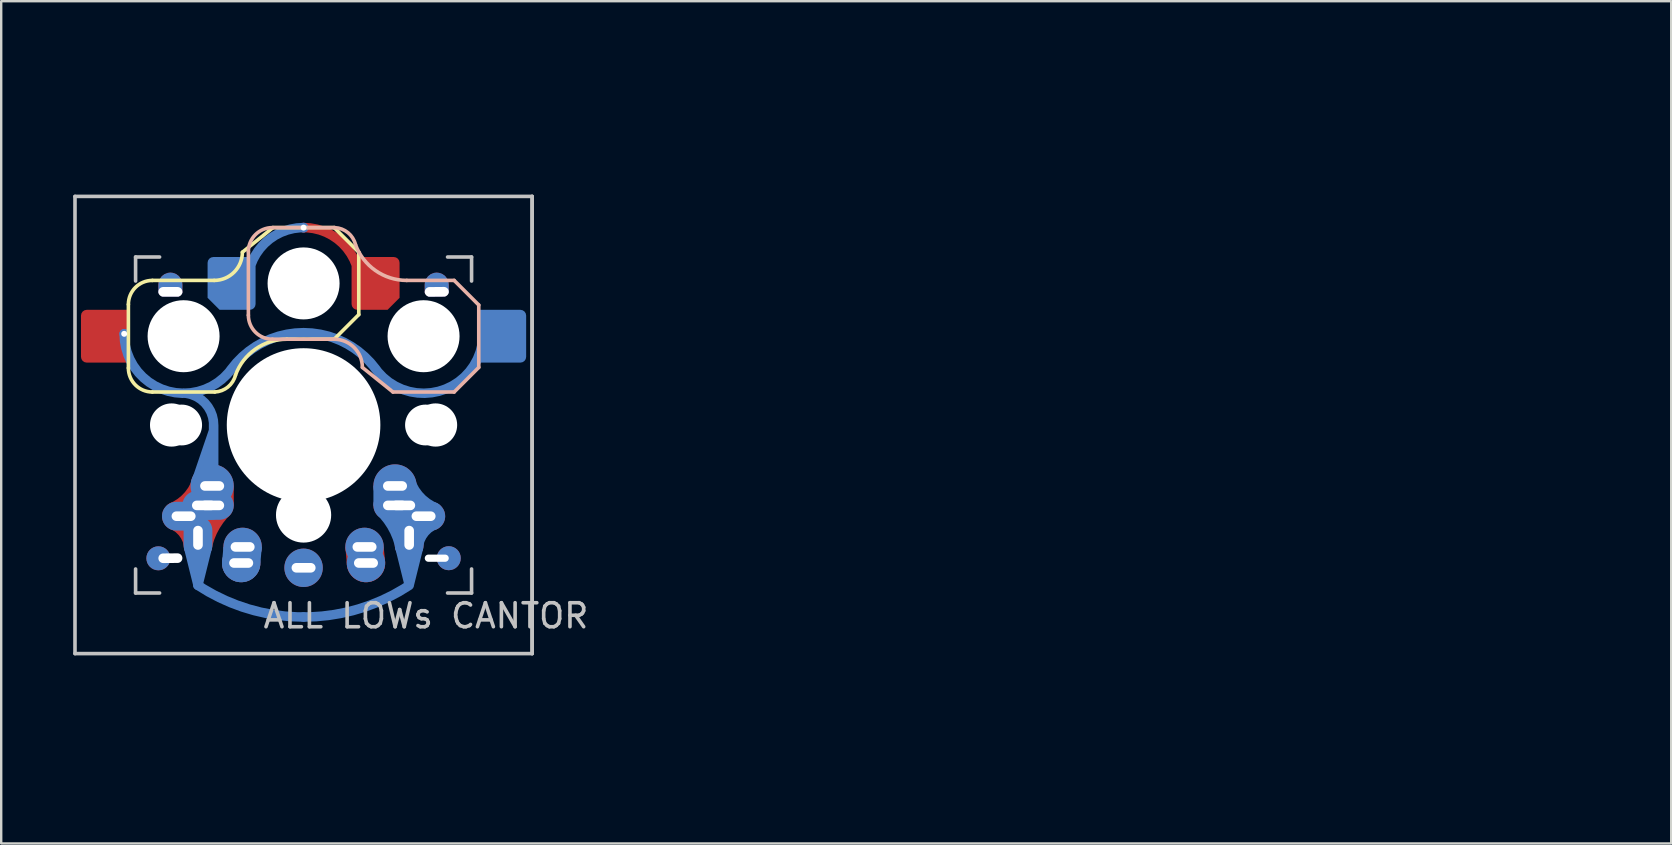
<source format=kicad_pcb>
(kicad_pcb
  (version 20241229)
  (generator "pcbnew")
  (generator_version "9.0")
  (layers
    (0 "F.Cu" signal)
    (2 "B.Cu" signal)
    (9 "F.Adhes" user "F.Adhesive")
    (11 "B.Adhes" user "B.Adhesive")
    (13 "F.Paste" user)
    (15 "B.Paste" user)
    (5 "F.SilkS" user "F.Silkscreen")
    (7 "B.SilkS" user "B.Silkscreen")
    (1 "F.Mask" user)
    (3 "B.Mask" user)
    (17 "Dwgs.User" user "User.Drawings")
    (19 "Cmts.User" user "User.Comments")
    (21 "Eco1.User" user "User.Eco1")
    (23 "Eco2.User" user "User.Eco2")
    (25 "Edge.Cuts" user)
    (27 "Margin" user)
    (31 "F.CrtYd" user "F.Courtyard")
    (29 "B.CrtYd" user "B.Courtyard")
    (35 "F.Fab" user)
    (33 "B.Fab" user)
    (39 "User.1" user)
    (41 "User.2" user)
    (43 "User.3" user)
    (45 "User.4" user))
  (footprint "ALL LOWs CANTOR"
    (layer "F.Cu")
    (at 9.6 14.66)
    (property "Reference" "ALL LOWs CANTOR" (at 5.1 7.95 180) (layer "Dwgs.User") (effects (font (size 1 1) (thickness 0.15))))
    (attr through_hole)
    (fp_line (start -4.015 5.105) (end -4.405 6.675) (stroke (width 0.4) (type solid)) (layer "B.Cu"))
    (fp_line (start -7.3 -5.025) (end -7.3 -2.375) (stroke (width 0.15) (type solid)) (layer "F.SilkS"))
    (fp_line (start -6.3 -6.025) (end -3.725 -6.025) (stroke (width 0.15) (type solid)) (layer "F.SilkS"))
    (fp_line (start -6.3 -1.375) (end -3.7 -1.375) (stroke (width 0.15) (type solid)) (layer "F.SilkS"))
    (fp_line (start -1.275 -8.225) (end -2.55 -7.2) (stroke (width 0.15) (type solid)) (layer "F.SilkS"))
    (fp_line (start -1.275 -8.225) (end 1.275 -8.225) (stroke (width 0.15) (type solid)) (layer "F.SilkS"))
    (fp_line (start -0.7 -3.575) (end 1.275 -3.575) (stroke (width 0.15) (type solid)) (layer "F.SilkS"))
    (fp_line (start 2.3 -7.2) (end 1.275 -8.225) (stroke (width 0.15) (type solid)) (layer "F.SilkS"))
    (fp_line (start 2.3 -7.2) (end 2.3 -4.6) (stroke (width 0.15) (type solid)) (layer "F.SilkS"))
    (fp_line (start 2.3 -4.6) (end 1.275 -3.575) (stroke (width 0.15) (type solid)) (layer "F.SilkS"))
    (fp_arc (start -7.3 -5.025) (mid -7.007107 -5.732107) (end -6.3 -6.025) (stroke (width 0.15) (type solid)) (layer "F.SilkS"))
    (fp_arc (start -6.3 -1.375) (mid -7.007107 -1.667893) (end -7.3 -2.375) (stroke (width 0.15) (type solid)) (layer "F.SilkS"))
    (fp_arc (start -2.837801 -2.078096) (mid -3.151717 -1.583981) (end -3.699005 -1.376209) (stroke (width 0.15) (type solid)) (layer "F.SilkS"))
    (fp_arc (start -2.837801 -2.078096) (mid -2.004887 -3.163571) (end -0.7 -3.575) (stroke (width 0.15) (type solid)) (layer "F.SilkS"))
    (fp_arc (start -2.55 -7.2) (mid -2.89415 -6.36915) (end -3.725 -6.025) (stroke (width 0.15) (type solid)) (layer "F.SilkS"))
    (fp_line (start -2.3 -4.575) (end -2.3 -7.225) (stroke (width 0.15) (type solid)) (layer "B.SilkS"))
    (fp_line (start -1.3 -8.225) (end 1.3 -8.225) (stroke (width 0.15) (type solid)) (layer "B.SilkS"))
    (fp_line (start -1.3 -3.575) (end 1.275 -3.575) (stroke (width 0.15) (type solid)) (layer "B.SilkS"))
    (fp_line (start 3.725 -1.375) (end 2.45 -2.4) (stroke (width 0.15) (type solid)) (layer "B.SilkS"))
    (fp_line (start 3.725 -1.375) (end 6.275 -1.375) (stroke (width 0.15) (type solid)) (layer "B.SilkS"))
    (fp_line (start 4.3 -6.025) (end 6.275 -6.025) (stroke (width 0.15) (type solid)) (layer "B.SilkS"))
    (fp_line (start 7.3 -5) (end 6.275 -6.025) (stroke (width 0.15) (type solid)) (layer "B.SilkS"))
    (fp_line (start 7.3 -2.4) (end 6.275 -1.375) (stroke (width 0.15) (type solid)) (layer "B.SilkS"))
    (fp_line (start 7.3 -2.4) (end 7.3 -5) (stroke (width 0.15) (type solid)) (layer "B.SilkS"))
    (fp_arc (start -2.3 -7.225) (mid -2.007107 -7.932107) (end -1.3 -8.225) (stroke (width 0.15) (type solid)) (layer "B.SilkS"))
    (fp_arc (start -1.3 -3.575) (mid -2.007107 -3.867893) (end -2.3 -4.575) (stroke (width 0.15) (type solid)) (layer "B.SilkS"))
    (fp_arc (start 1.275 -3.575) (mid 2.10585 -3.23085) (end 2.45 -2.4) (stroke (width 0.15) (type solid)) (layer "B.SilkS"))
    (fp_arc (start 1.300995 -8.223791) (mid 1.848286 -8.016021) (end 2.162199 -7.521904) (stroke (width 0.15) (type solid)) (layer "B.SilkS"))
    (fp_arc (start 4.3 -6.025) (mid 2.995114 -6.436429) (end 2.162199 -7.521904) (stroke (width 0.15) (type solid)) (layer "B.SilkS"))
    (fp_line (start -9.525 -9.525) (end 9.525 -9.525) (stroke (width 0.15) (type solid)) (layer "Dwgs.User"))
    (fp_line (start -9.525 9.525) (end -9.525 -9.525) (stroke (width 0.15) (type solid)) (layer "Dwgs.User"))
    (fp_line (start -7 -7) (end -6 -7) (stroke (width 0.15) (type solid)) (layer "Dwgs.User"))
    (fp_line (start -7 -6) (end -7 -7) (stroke (width 0.15) (type solid)) (layer "Dwgs.User"))
    (fp_line (start -7 7) (end -7 6) (stroke (width 0.15) (type solid)) (layer "Dwgs.User"))
    (fp_line (start -6 7) (end -7 7) (stroke (width 0.15) (type solid)) (layer "Dwgs.User"))
    (fp_line (start 6 7) (end 7 7) (stroke (width 0.15) (type solid)) (layer "Dwgs.User"))
    (fp_line (start 7 -7) (end 6 -7) (stroke (width 0.15) (type solid)) (layer "Dwgs.User"))
    (fp_line (start 7 -6) (end 7 -7) (stroke (width 0.15) (type solid)) (layer "Dwgs.User"))
    (fp_line (start 7 7) (end 7 6) (stroke (width 0.15) (type solid)) (layer "Dwgs.User"))
    (fp_line (start 9.525 -9.525) (end 9.525 9.525) (stroke (width 0.15) (type solid)) (layer "Dwgs.User"))
    (fp_line (start 9.525 -9.525) (end 9.525 9.525) (stroke (width 0.15) (type solid)) (layer "Dwgs.User"))
    (fp_line (start 9.525 9.525) (end -9.525 9.525) (stroke (width 0.15) (type solid)) (layer "Dwgs.User"))
    (fp_line (start -2.61 5.73) (end 2.54 11.43) (stroke (width 0.12) (type default)) (layer "User.1"))
    (fp_line (start 2.54 11.43) (end 4.4 4.73) (stroke (width 0.12) (type default)) (layer "User.1"))
    (fp_line (start -0.03 5.93) (end 11.43 0) (stroke (width 0.12) (type default)) (layer "User.2"))
    (fp_line (start 5.35 -11.66) (end 4.96 -5.13) (stroke (width 0.12) (type default)) (layer "User.2"))
    (fp_line (start 11.43 0) (end 5.15 3.9) (stroke (width 0.12) (type default)) (layer "User.2"))
    (fp_line (start 4.52 3.21) (end 11.11 -2.72) (stroke (width 0.12) (type default)) (layer "User.4"))
    (fp_line (start 11.11 -2.72) (end -0.13 5.88) (stroke (width 0.12) (type default)) (layer "User.4"))
    (fp_line (start 11.55 8.13) (end 0 5.93) (stroke (width 0.12) (type default)) (layer "User.6"))
    (fp_line (start 11.55 8.13) (end 3.48 3.24) (stroke (width 0.12) (type default)) (layer "User.6"))
    (fp_line (start 3.85 2.49) (end 10.8 3.76) (stroke (width 0.12) (type default)) (layer "User.9"))
    (fp_line (start 10.855 3.785) (end -2.51 5.05) (stroke (width 0.12) (type default)) (layer "User.9"))
    (fp_text user "GateronLowProfile (KS-27)" (at -5.08 12.7 0) (unlocked yes) (layer "User.1") (effects (font (size 1 1) (thickness 0.15)) (justify left bottom)))
    (fp_text user "4.4X, 4.7Y (90rot)  | -2.6X, 5.75Y" (at -5.23 14.19 0) (unlocked yes) (layer "User.1") (effects (font (size 1 1) (thickness 0.15)) (justify left bottom)))
    (fp_text user "Y3.8 X5 - Y5.9 X0" (at 11.56 1.96 0) (unlocked yes) (layer "User.2") (effects (font (size 1 1) (thickness 0.15)) (justify left bottom)))
    (fp_text user "5X, -5.15Y (INCREASED TO 5.55/5.55 - Datasheet is wrong!!!)" (at 5.12 -11.83 0) (unlocked yes) (layer "User.2") (effects (font (size 1 1) (thickness 0.15)) (justify left bottom)))
    (fp_text user "Kailh Choc V2 Only" (at 4.92 -13.21 0) (unlocked yes) (layer "User.2") (effects (font (size 1 1) (thickness 0.15)) (justify left bottom)))
    (fp_text user "Kailh Choc V1 (PG1350) & V2  (PG1353)" (at 11.46 0.43 0) (unlocked yes) (layer "User.2") (effects (font (size 1 1) (thickness 0.15)) (justify left bottom)))
    (fp_text user "0X, -6Y, | 4.15X, -3.35Y" (at 11.18 -2.58 0) (unlocked yes) (layer "User.4") (effects (font (size 1 1) (thickness 0.15)) (justify left bottom)))
    (fp_text user "Cherry MX Low profile" (at 11.24 -5.46 0) (unlocked yes) (layer "User.4") (effects (font (size 1 1) (thickness 0.15)) (justify left bottom)))
    (fp_text user "& TTC Low Profile (KS32)" (at 11.24 -3.92 0) (unlocked yes) (layer "User.4") (effects (font (size 1 1) (thickness 0.15)) (justify left bottom)))
    (fp_text user "RedDragon MX Low profile (No datasheet - best gues" (at 11.48 8.6 0) (unlocked yes) (layer "User.6") (effects (font (size 1 1) (thickness 0.15)) (justify left bottom)))
    (fp_text user "0X, -6Y | 3.81X, 3.35Y" (at 11.39 10.01 0) (unlocked yes) (layer "User.6") (effects (font (size 1 1) (thickness 0.15)) (justify left bottom)))
    (fp_text user "3.81X, 2.54Y | -2.54X, 5.08Y" (at 11.31 5.79 0) (unlocked yes) (layer "User.9") (effects (font (size 1 1) (thickness 0.15)) (justify left bottom)))
    (fp_text user "MX Origional (full size)" (at 11.15 4.16 0) (unlocked yes) (layer "User.9") (effects (font (size 1 1) (thickness 0.15)) (justify left bottom)))
    (pad "" np_thru_hole roundrect (at -5.55 -5.55) (size 1 1) (drill oval 1 0.4 (offset 0 -0.3)) (layers "*.Cu" "F.Mask") (roundrect_rratio 0.5) (chamfer_ratio 0.15) (chamfer bottom_left bottom_right))
    (pad "" np_thru_hole oval (at -5.55 5.55 0.5) (size 1 1) (drill oval 1 0.4 (offset -0.5 0)) (layers "*.Cu" "B.Mask"))
    (pad "" np_thru_hole circle (at -5.5 0 90) (size 1.8 1.8) (drill 1.8) (layers "*.Cu" "*.Mask"))
    (pad "" np_thru_hole circle (at -5.08 0) (size 1.7 1.7) (drill 1.7) (layers "*.Cu" "*.Mask"))
    (pad "" np_thru_hole circle (at -5 -3.7 90) (size 3 3) (drill 3) (layers "*.Cu" "*.Mask"))
    (pad "" np_thru_hole circle (at 0 -5.9 270) (size 3 3) (drill 3) (layers "*.Cu" "*.Mask"))
    (pad "" np_thru_hole circle (at 0 0 270) (size 4.8 4.8) (drill 4.8) (layers "*.Cu" "*.Mask"))
    (pad "" np_thru_hole circle (at 0 0 90) (size 6.4 6.4) (drill 6.4) (layers "*.Cu" "*.Mask"))
    (pad "" np_thru_hole circle (at 0 3.75 270) (size 2.3 2.3) (drill 2.3) (layers "*.Cu" "*.Mask"))
    (pad "" np_thru_hole circle (at 5 -3.7 270) (size 3 3) (drill 3) (layers "*.Cu" "*.Mask"))
    (pad "" np_thru_hole circle (at 5.08 0) (size 1.7 1.7) (drill 1.7) (layers "*.Cu" "*.Mask"))
    (pad "" np_thru_hole circle (at 5.5 0 90) (size 1.8 1.8) (drill 1.8) (layers "*.Cu" "*.Mask"))
    (pad "" np_thru_hole roundrect (at 5.55 -5.55 0.5) (size 1 1) (drill oval 1 0.4 (offset 0 -0.3)) (layers "*.Cu" "B.Mask") (roundrect_rratio 0.5) (chamfer_ratio 0.15) (chamfer bottom_left bottom_right))
    (pad "" np_thru_hole oval (at 5.55 5.55) (size 1 1) (drill oval 1 0.3 (offset 0.5 0)) (layers "*.Cu" "F.Mask"))
    (pad "1" smd roundrect (at -8.275 -3.7) (size 2 2.2) (layers "F.Cu" "F.Mask" "F.Paste") (roundrect_rratio 0.12) (chamfer_ratio 0) (chamfer top_right bottom_right))
    (pad "1" thru_hole circle (at -7.475 -3.8) (size 0.4 0.4) (drill 0.25) (layers "*.Cu"))
    (pad "1" smd custom (at -7.475 -3.8) (size 0.4 0.4) (layers "B.Cu") (options (anchor circle)) (primitives (gr_arc (start 4.464509 1.472236) (mid 1.69989 2.350496) (end 0 0) (width 0.4)) (gr_arc (start 2.465 2.470001) (mid 3.364573 2.886914) (end 3.726803 3.809865) (width 0.4)) (gr_line (start 3.725 4.04) (end 2.985 6.21) (width 0.4)) (gr_line (start 2.985 6.21) (end 3.635 5.22) (width 0.4)) (gr_line (start 3.727 3.81) (end 3.727 6.33) (width 0.4)) (gr_arc (start 4.46451 1.472236) (mid 5.789366 0.355658) (end 7.475 -0.045128) (width 0.4))))
    (pad "1" thru_hole oval (at -5 3.8) (size 1.8 1.2) (drill oval 1 0.4) (layers "*.Cu" "F.Mask"))
    (pad "1" thru_hole oval (at -4.4 4.7 90) (size 1.8 1.2) (drill oval 1 0.4) (layers "*.Cu" "F.Mask"))
    (pad "1" thru_hole oval (at -4.15 3.35 180) (size 1.8 1.2) (drill oval 1 0.4) (layers "*.Cu" "F.Mask"))
    (pad "1" smd custom (at -3.81 2.54) (size 1 1) (layers "F.Cu" "F.Mask") (options (anchor circle)) (primitives (gr_arc (start -0.48 -0.08) (mid -0.91576 0.607412) (end -1.582624 1.074009) (width 0.8)) (gr_arc (start -1.554274 1.43912) (mid -1.016846 1.886054) (end -0.77 2.54) (width 0.8)) (gr_arc (start -0.408314 2.525508) (mid -0.099385 1.683728) (end 0.43 0.96) (width 0.8)) (gr_poly (pts (xy 0.9 0) (xy 0.9 0.81) (xy 0.01 1.86) (xy 0.01 2.46) (xy -0.59 3.06) (xy -1.19 1.86) (xy -1.49 1.86) (xy -2.09 1.26) (xy -1.49 0.66) (xy -1.19 0.66) (xy -0.9 0) (xy -0.3 -0.6) (xy 0.3 -0.6)) (width 0) (fill yes))))
    (pad "1" thru_hole circle (at -3.81 2.54 180) (size 1.8 1.8) (drill oval 1 0.4) (layers "*.Cu" "F.Mask"))
    (pad "1" thru_hole oval (at -3.81 3.35) (size 1.8 1.2) (drill oval 1 0.4) (layers "*.Cu" "F.Mask"))
    (pad "1" smd custom (at 0 8) (size 0.4 0.4) (layers "B.Cu") (options (anchor circle)) (primitives (gr_arc (start 4.397121 -1.316788) (mid 2.295027 -0.336264) (end 0 0) (width 0.4)) (gr_line (start 4.015 -2.905) (end 4.405 -1.335) (width 0.4)) (gr_line (start 4.4 -1.32) (end 4.4 -3.3) (width 0.4)) (gr_line (start 4.785 -2.885) (end 4.395 -1.315) (width 0.4))))
    (pad "1" smd custom (at 0 8) (size 0.4 0.4) (layers "B.Cu") (options (anchor circle)) (primitives (gr_arc (start 0 0) (mid -2.295027 -0.336264) (end -4.397121 -1.316788) (width 0.4)) (gr_line (start -4.395 -1.315) (end -4.785 -2.885) (width 0.4)) (gr_line (start -4.4 -3.3) (end -4.4 -1.32) (width 0.4))))
    (pad "1" smd custom (at 3.81 2.54) (size 1 1) (layers "B.Cu" "B.Mask") (options (anchor circle)) (primitives (gr_arc (start 1.582624 1.074009) (mid 0.91576 0.607411) (end 0.479999 -0.08) (width 0.8)) (gr_arc (start 0.77 2.54) (mid 1.016846 1.886054) (end 1.554275 1.439122) (width 0.8)) (gr_arc (start -0.43 0.96) (mid 0.099385 1.683728) (end 0.408314 2.525508) (width 0.8)) (gr_poly (pts (xy -0.9 0) (xy -0.9 0.81) (xy -0.01 1.86) (xy -0.01 2.46) (xy 0.59 3.06) (xy 1.19 1.86) (xy 1.49 1.86) (xy 2.09 1.26) (xy 1.49 0.66) (xy 1.19 0.66) (xy 0.9 0) (xy 0.3 -0.6) (xy -0.3 -0.6)) (width 0) (fill yes))))
    (pad "1" thru_hole circle (at 3.81 2.54 180) (size 1.8 1.8) (drill oval 1 0.4) (layers "*.Cu" "B.Mask"))
    (pad "1" thru_hole oval (at 3.81 3.35) (size 1.8 1.2) (drill oval 1 0.4) (layers "*.Cu" "B.Mask"))
    (pad "1" thru_hole oval (at 4.15 3.35 180) (size 1.8 1.2) (drill oval 1 0.4) (layers "*.Cu" "B.Mask"))
    (pad "1" thru_hole oval (at 4.4 4.7 90) (size 1.8 1.2) (drill oval 1 0.4) (layers "*.Cu" "B.Mask"))
    (pad "1" thru_hole oval (at 5 3.8) (size 1.8 1.2) (drill oval 1 0.4) (layers "*.Cu" "B.Mask"))
    (pad "1" smd custom (at 7.475 -3.8) (size 0.4 0.4) (layers "B.Cu") (options (anchor circle)) (primitives (gr_arc (start 0 0) (mid -1.69989 2.350497) (end -4.464509 1.472236) (width 0.4)) (gr_arc (start -7.475 -0.045128) (mid -5.789366 0.355658) (end -4.46451 1.472236) (width 0.4))))
    (pad "1" smd roundrect (at 8.275 -3.7) (size 2 2.2) (layers "B.Cu" "B.Mask" "B.Paste") (roundrect_rratio 0.12) (chamfer_ratio 0) (chamfer top_left bottom_left))
    (pad "2" smd roundrect (at -3 -5.9) (size 2 2.2) (layers "B.Cu" "B.Mask" "B.Paste") (roundrect_rratio 0.12) (chamfer_ratio 0.25) (chamfer bottom_left))
    (pad "2" thru_hole circle (at -2.6 5.75 180) (size 1.6 1.6) (drill oval 1 0.4) (layers "*.Cu" "B.Mask"))
    (pad "2" smd custom (at -2.6 5.75) (size 1.6 1.6) (layers "B.Cu" "B.Mask") (options (anchor circle)) (primitives (gr_poly (pts (xy 0.8 0) (xy 0.86 -0.67) (xy -0.74 -0.67) (xy -0.8 0)) (width 0) (fill yes))))
    (pad "2" thru_hole circle (at -2.54 5.08 180) (size 1.6 1.6) (drill oval 1 0.4) (layers "*.Cu" "B.Mask"))
    (pad "2" thru_hole circle (at -0.000002 -8.225) (size 0.4 0.4) (drill 0.25) (layers "*.Cu"))
    (pad "2" smd custom (at 0 -8.225) (size 0.4 0.4) (layers "F.Cu") (options (anchor circle)) (primitives (gr_arc (start 0 0) (mid 1.300418 0.397687) (end 2.155967 1.4547) (width 0.4))))
    (pad "2" smd custom (at 0 -8.225) (size 0.4 0.4) (layers "B.Cu") (options (anchor circle)) (primitives (gr_arc (start -2.155967 1.4547) (mid -1.300418 0.397687) (end 0 0) (width 0.4))))
    (pad "2" thru_hole circle (at 0 5.95) (size 1.6 1.6) (drill oval 1 0.4) (layers "*.Cu" "*.Mask"))
    (pad "2" thru_hole circle (at 2.54 5.08 180) (size 1.6 1.6) (drill oval 1 0.4) (layers "*.Cu" "F.Mask"))
    (pad "2" thru_hole circle (at 2.6 5.75 180) (size 1.6 1.6) (drill oval 1 0.4) (layers "*.Cu" "F.Mask"))
    (pad "2" smd custom (at 2.6 5.75) (size 1.6 1.6) (layers "F.Cu" "F.Mask") (options (anchor circle)) (primitives (gr_poly (pts (xy -0.8 0) (xy -0.86 -0.67) (xy 0.74 -0.67) (xy 0.8 0)) (width 0) (fill yes))))
    (pad "2" smd roundrect (at 3 -5.9) (size 2 2.2) (layers "F.Cu" "F.Mask" "F.Paste") (roundrect_rratio 0.12) (chamfer_ratio 0.25) (chamfer bottom_right)))
  (gr_rect
    (start -3 -3)
    (end 66.589 32.096)
    (stroke (width 0.1) (type default))
    (fill no)
    (layer "Edge.Cuts")))
</source>
